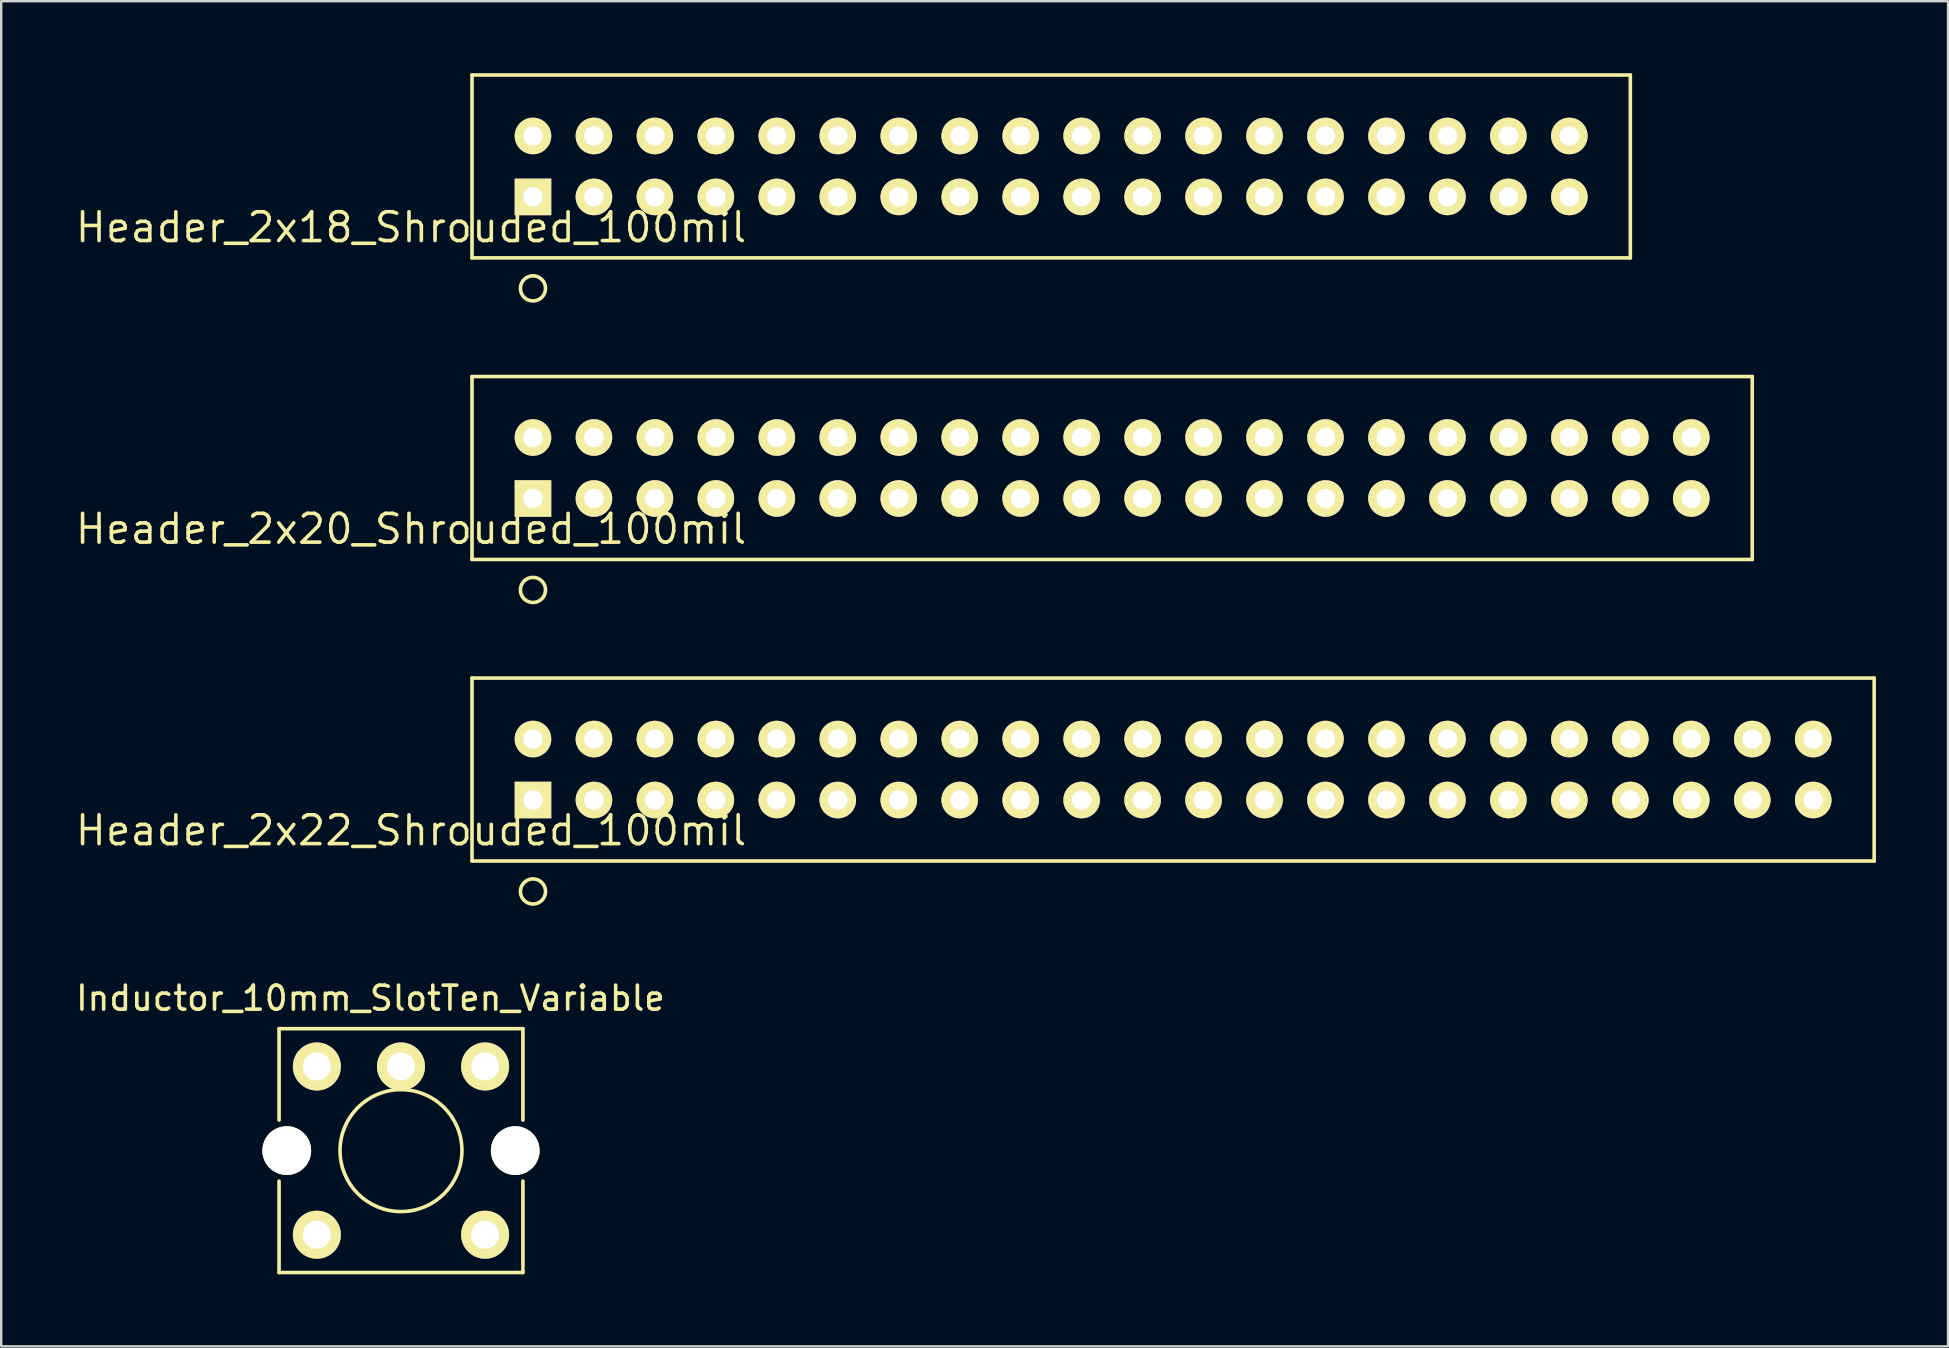
<source format=kicad_pcb>
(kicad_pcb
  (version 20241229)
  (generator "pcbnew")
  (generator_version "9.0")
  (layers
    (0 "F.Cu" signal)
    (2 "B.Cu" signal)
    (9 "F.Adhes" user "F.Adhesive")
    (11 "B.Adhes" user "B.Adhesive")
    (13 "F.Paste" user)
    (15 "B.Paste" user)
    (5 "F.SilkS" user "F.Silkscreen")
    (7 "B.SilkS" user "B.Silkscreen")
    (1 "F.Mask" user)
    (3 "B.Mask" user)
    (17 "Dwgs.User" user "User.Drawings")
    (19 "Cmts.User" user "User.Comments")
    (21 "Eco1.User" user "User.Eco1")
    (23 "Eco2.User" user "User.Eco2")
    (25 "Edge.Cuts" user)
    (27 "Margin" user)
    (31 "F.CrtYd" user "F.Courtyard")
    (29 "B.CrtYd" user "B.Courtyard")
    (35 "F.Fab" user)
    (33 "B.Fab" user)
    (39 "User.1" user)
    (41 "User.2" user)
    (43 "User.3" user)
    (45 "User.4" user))
  (footprint "Inductor_10mm_SlotTen_Variable"
    (layer "F.Cu")
    (at 13.657 44.889)
    (property "Reference" "Inductor_10mm_SlotTen_Variable" (at -1.27 -6.35 0) (layer "F.SilkS") (effects (font (size 1 1) (thickness 0.15))))
    (attr through_hole)
    (fp_line (start -5.08 -5.08) (end 5.08 -5.08) (stroke (width 0.15) (type solid)) (layer "F.SilkS"))
    (fp_line (start -5.08 -1.27) (end -5.08 -5.08) (stroke (width 0.15) (type solid)) (layer "F.SilkS"))
    (fp_line (start -5.08 5.08) (end -5.08 1.27) (stroke (width 0.15) (type solid)) (layer "F.SilkS"))
    (fp_line (start 5.08 -5.08) (end 5.08 -1.27) (stroke (width 0.15) (type solid)) (layer "F.SilkS"))
    (fp_line (start 5.08 1.27) (end 5.08 5.08) (stroke (width 0.15) (type solid)) (layer "F.SilkS"))
    (fp_line (start 5.08 5.08) (end -5.08 5.08) (stroke (width 0.15) (type solid)) (layer "F.SilkS"))
    (fp_circle (center 0 0) (end 2.54 0) (stroke (width 0.15) (type solid)) (fill no) (layer "F.SilkS"))
    (pad "" np_thru_hole circle (at -4.76 0) (size 2.03 2.03) (drill 2.03) (layers "*.Cu" "*.Mask" "F.SilkS"))
    (pad "" np_thru_hole circle (at 4.76 0) (size 2.03 2.03) (drill 2.03) (layers "*.Cu" "*.Mask" "F.SilkS"))
    (pad "1" thru_hole circle (at 3.505 -3.505) (size 2 2) (drill 1.168) (layers "*.Cu" "*.Mask" "F.SilkS"))
    (pad "2" thru_hole circle (at 0 -3.505) (size 2 2) (drill 1.168) (layers "*.Cu" "*.Mask" "F.SilkS"))
    (pad "3" thru_hole circle (at -3.505 -3.505) (size 2 2) (drill 1.168) (layers "*.Cu" "*.Mask" "F.SilkS"))
    (pad "4" thru_hole circle (at -3.505 3.505) (size 2 2) (drill 1.168) (layers "*.Cu" "*.Mask" "F.SilkS"))
    (pad "6" thru_hole circle (at 3.505 3.505) (size 2 2) (drill 1.168) (layers "*.Cu" "*.Mask" "F.SilkS")))
  (footprint "Header_2x20_Shrouded_100mil"
    (layer "F.Cu")
    (at 19.156 17.719)
    (property "Reference" "Header_2x20_Shrouded_100mil" (at -5.08 1.27 180) (layer "F.SilkS") (effects (font (size 1.2 1.2) (thickness 0.15))))
    (attr through_hole)
    (fp_line (start -2.54 -5.08) (end -2.54 2.54) (stroke (width 0.15) (type solid)) (layer "F.SilkS"))
    (fp_line (start -2.54 2.54) (end 50.8 2.54) (stroke (width 0.15) (type solid)) (layer "F.SilkS"))
    (fp_line (start 50.8 -5.08) (end -2.54 -5.08) (stroke (width 0.15) (type solid)) (layer "F.SilkS"))
    (fp_line (start 50.8 -5.08) (end 50.8 2.54) (stroke (width 0.15) (type solid)) (layer "F.SilkS"))
    (fp_circle (center 0 3.81) (end 0.508 3.937) (stroke (width 0.15) (type solid)) (fill no) (layer "F.SilkS"))
    (pad "1" thru_hole rect (at 0 0) (size 1.524 1.524) (drill 0.813) (layers "*.Cu" "*.Mask" "F.SilkS"))
    (pad "2" thru_hole circle (at 0 -2.54) (size 1.524 1.524) (drill 0.813) (layers "*.Cu" "*.Mask" "F.SilkS"))
    (pad "3" thru_hole circle (at 2.54 0) (size 1.524 1.524) (drill 0.813) (layers "*.Cu" "*.Mask" "F.SilkS"))
    (pad "4" thru_hole circle (at 2.54 -2.54) (size 1.524 1.524) (drill 0.813) (layers "*.Cu" "*.Mask" "F.SilkS"))
    (pad "5" thru_hole circle (at 5.08 0) (size 1.524 1.524) (drill 0.813) (layers "*.Cu" "*.Mask" "F.SilkS"))
    (pad "6" thru_hole circle (at 5.08 -2.54) (size 1.524 1.524) (drill 0.813) (layers "*.Cu" "*.Mask" "F.SilkS"))
    (pad "7" thru_hole circle (at 7.62 0) (size 1.524 1.524) (drill 0.813) (layers "*.Cu" "*.Mask" "F.SilkS"))
    (pad "8" thru_hole circle (at 7.62 -2.54) (size 1.524 1.524) (drill 0.813) (layers "*.Cu" "*.Mask" "F.SilkS"))
    (pad "9" thru_hole circle (at 10.16 0) (size 1.524 1.524) (drill 0.813) (layers "*.Cu" "*.Mask" "F.SilkS"))
    (pad "10" thru_hole circle (at 10.16 -2.54) (size 1.524 1.524) (drill 0.813) (layers "*.Cu" "*.Mask" "F.SilkS"))
    (pad "11" thru_hole circle (at 12.7 0) (size 1.524 1.524) (drill 0.813) (layers "*.Cu" "*.Mask" "F.SilkS"))
    (pad "12" thru_hole circle (at 12.7 -2.54) (size 1.524 1.524) (drill 0.813) (layers "*.Cu" "*.Mask" "F.SilkS"))
    (pad "13" thru_hole circle (at 15.24 0) (size 1.524 1.524) (drill 0.813) (layers "*.Cu" "*.Mask" "F.SilkS"))
    (pad "14" thru_hole circle (at 15.24 -2.54) (size 1.524 1.524) (drill 0.813) (layers "*.Cu" "*.Mask" "F.SilkS"))
    (pad "15" thru_hole circle (at 17.78 0) (size 1.524 1.524) (drill 0.813) (layers "*.Cu" "*.Mask" "F.SilkS"))
    (pad "16" thru_hole circle (at 17.78 -2.54) (size 1.524 1.524) (drill 0.813) (layers "*.Cu" "*.Mask" "F.SilkS"))
    (pad "17" thru_hole circle (at 20.32 0) (size 1.524 1.524) (drill 0.813) (layers "*.Cu" "*.Mask" "F.SilkS"))
    (pad "18" thru_hole circle (at 20.32 -2.54) (size 1.524 1.524) (drill 0.813) (layers "*.Cu" "*.Mask" "F.SilkS"))
    (pad "19" thru_hole circle (at 22.86 0) (size 1.524 1.524) (drill 0.813) (layers "*.Cu" "*.Mask" "F.SilkS"))
    (pad "20" thru_hole circle (at 22.86 -2.54) (size 1.524 1.524) (drill 0.813) (layers "*.Cu" "*.Mask" "F.SilkS"))
    (pad "21" thru_hole circle (at 25.4 0) (size 1.524 1.524) (drill 0.813) (layers "*.Cu" "*.Mask" "F.SilkS"))
    (pad "22" thru_hole circle (at 25.4 -2.54) (size 1.524 1.524) (drill 0.813) (layers "*.Cu" "*.Mask" "F.SilkS"))
    (pad "23" thru_hole circle (at 27.94 0) (size 1.524 1.524) (drill 0.813) (layers "*.Cu" "*.Mask" "F.SilkS"))
    (pad "24" thru_hole circle (at 27.94 -2.54) (size 1.524 1.524) (drill 0.813) (layers "*.Cu" "*.Mask" "F.SilkS"))
    (pad "25" thru_hole circle (at 30.48 0) (size 1.524 1.524) (drill 0.813) (layers "*.Cu" "*.Mask" "F.SilkS"))
    (pad "26" thru_hole circle (at 30.48 -2.54) (size 1.524 1.524) (drill 0.813) (layers "*.Cu" "*.Mask" "F.SilkS"))
    (pad "27" thru_hole circle (at 33.02 0) (size 1.524 1.524) (drill 0.813) (layers "*.Cu" "*.Mask" "F.SilkS"))
    (pad "28" thru_hole circle (at 33.02 -2.54) (size 1.524 1.524) (drill 0.813) (layers "*.Cu" "*.Mask" "F.SilkS"))
    (pad "29" thru_hole circle (at 35.56 0) (size 1.524 1.524) (drill 0.813) (layers "*.Cu" "*.Mask" "F.SilkS"))
    (pad "30" thru_hole circle (at 35.56 -2.54) (size 1.524 1.524) (drill 0.813) (layers "*.Cu" "*.Mask" "F.SilkS"))
    (pad "31" thru_hole circle (at 38.1 0) (size 1.524 1.524) (drill 0.813) (layers "*.Cu" "*.Mask" "F.SilkS"))
    (pad "32" thru_hole circle (at 38.1 -2.54) (size 1.524 1.524) (drill 0.813) (layers "*.Cu" "*.Mask" "F.SilkS"))
    (pad "33" thru_hole circle (at 40.64 0) (size 1.524 1.524) (drill 0.813) (layers "*.Cu" "*.Mask" "F.SilkS"))
    (pad "34" thru_hole circle (at 40.64 -2.54) (size 1.524 1.524) (drill 0.813) (layers "*.Cu" "*.Mask" "F.SilkS"))
    (pad "35" thru_hole circle (at 43.18 0) (size 1.524 1.524) (drill 0.813) (layers "*.Cu" "*.Mask" "F.SilkS"))
    (pad "36" thru_hole circle (at 43.18 -2.54) (size 1.524 1.524) (drill 0.813) (layers "*.Cu" "*.Mask" "F.SilkS"))
    (pad "37" thru_hole circle (at 45.72 0) (size 1.524 1.524) (drill 0.813) (layers "*.Cu" "*.Mask" "F.SilkS"))
    (pad "38" thru_hole circle (at 45.72 -2.54) (size 1.524 1.524) (drill 0.813) (layers "*.Cu" "*.Mask" "F.SilkS"))
    (pad "39" thru_hole circle (at 48.26 0) (size 1.524 1.524) (drill 0.813) (layers "*.Cu" "*.Mask" "F.SilkS"))
    (pad "40" thru_hole circle (at 48.26 -2.54) (size 1.524 1.524) (drill 0.813) (layers "*.Cu" "*.Mask" "F.SilkS")))
  (footprint "Header_2x18_Shrouded_100mil"
    (layer "F.Cu")
    (at 19.156 5.155)
    (property "Reference" "Header_2x18_Shrouded_100mil" (at -5.08 1.27 180) (layer "F.SilkS") (effects (font (size 1.2 1.2) (thickness 0.15))))
    (attr through_hole)
    (fp_line (start -2.54 -5.08) (end -2.54 2.54) (stroke (width 0.15) (type solid)) (layer "F.SilkS"))
    (fp_line (start -2.54 2.54) (end 45.72 2.54) (stroke (width 0.15) (type solid)) (layer "F.SilkS"))
    (fp_line (start 45.72 -5.08) (end -2.54 -5.08) (stroke (width 0.15) (type solid)) (layer "F.SilkS"))
    (fp_line (start 45.72 -5.08) (end 45.72 2.54) (stroke (width 0.15) (type solid)) (layer "F.SilkS"))
    (fp_circle (center 0 3.81) (end 0.508 3.937) (stroke (width 0.15) (type solid)) (fill no) (layer "F.SilkS"))
    (pad "1" thru_hole rect (at 0 0) (size 1.524 1.524) (drill 0.813) (layers "*.Cu" "*.Mask" "F.SilkS"))
    (pad "2" thru_hole circle (at 0 -2.54) (size 1.524 1.524) (drill 0.813) (layers "*.Cu" "*.Mask" "F.SilkS"))
    (pad "3" thru_hole circle (at 2.54 0) (size 1.524 1.524) (drill 0.813) (layers "*.Cu" "*.Mask" "F.SilkS"))
    (pad "4" thru_hole circle (at 2.54 -2.54) (size 1.524 1.524) (drill 0.813) (layers "*.Cu" "*.Mask" "F.SilkS"))
    (pad "5" thru_hole circle (at 5.08 0) (size 1.524 1.524) (drill 0.813) (layers "*.Cu" "*.Mask" "F.SilkS"))
    (pad "6" thru_hole circle (at 5.08 -2.54) (size 1.524 1.524) (drill 0.813) (layers "*.Cu" "*.Mask" "F.SilkS"))
    (pad "7" thru_hole circle (at 7.62 0) (size 1.524 1.524) (drill 0.813) (layers "*.Cu" "*.Mask" "F.SilkS"))
    (pad "8" thru_hole circle (at 7.62 -2.54) (size 1.524 1.524) (drill 0.813) (layers "*.Cu" "*.Mask" "F.SilkS"))
    (pad "9" thru_hole circle (at 10.16 0) (size 1.524 1.524) (drill 0.813) (layers "*.Cu" "*.Mask" "F.SilkS"))
    (pad "10" thru_hole circle (at 10.16 -2.54) (size 1.524 1.524) (drill 0.813) (layers "*.Cu" "*.Mask" "F.SilkS"))
    (pad "11" thru_hole circle (at 12.7 0) (size 1.524 1.524) (drill 0.813) (layers "*.Cu" "*.Mask" "F.SilkS"))
    (pad "12" thru_hole circle (at 12.7 -2.54) (size 1.524 1.524) (drill 0.813) (layers "*.Cu" "*.Mask" "F.SilkS"))
    (pad "13" thru_hole circle (at 15.24 0) (size 1.524 1.524) (drill 0.813) (layers "*.Cu" "*.Mask" "F.SilkS"))
    (pad "14" thru_hole circle (at 15.24 -2.54) (size 1.524 1.524) (drill 0.813) (layers "*.Cu" "*.Mask" "F.SilkS"))
    (pad "15" thru_hole circle (at 17.78 0) (size 1.524 1.524) (drill 0.813) (layers "*.Cu" "*.Mask" "F.SilkS"))
    (pad "16" thru_hole circle (at 17.78 -2.54) (size 1.524 1.524) (drill 0.813) (layers "*.Cu" "*.Mask" "F.SilkS"))
    (pad "17" thru_hole circle (at 20.32 0) (size 1.524 1.524) (drill 0.813) (layers "*.Cu" "*.Mask" "F.SilkS"))
    (pad "18" thru_hole circle (at 20.32 -2.54) (size 1.524 1.524) (drill 0.813) (layers "*.Cu" "*.Mask" "F.SilkS"))
    (pad "19" thru_hole circle (at 22.86 0) (size 1.524 1.524) (drill 0.813) (layers "*.Cu" "*.Mask" "F.SilkS"))
    (pad "20" thru_hole circle (at 22.86 -2.54) (size 1.524 1.524) (drill 0.813) (layers "*.Cu" "*.Mask" "F.SilkS"))
    (pad "21" thru_hole circle (at 25.4 0) (size 1.524 1.524) (drill 0.813) (layers "*.Cu" "*.Mask" "F.SilkS"))
    (pad "22" thru_hole circle (at 25.4 -2.54) (size 1.524 1.524) (drill 0.813) (layers "*.Cu" "*.Mask" "F.SilkS"))
    (pad "23" thru_hole circle (at 27.94 0) (size 1.524 1.524) (drill 0.813) (layers "*.Cu" "*.Mask" "F.SilkS"))
    (pad "24" thru_hole circle (at 27.94 -2.54) (size 1.524 1.524) (drill 0.813) (layers "*.Cu" "*.Mask" "F.SilkS"))
    (pad "25" thru_hole circle (at 30.48 0) (size 1.524 1.524) (drill 0.813) (layers "*.Cu" "*.Mask" "F.SilkS"))
    (pad "26" thru_hole circle (at 30.48 -2.54) (size 1.524 1.524) (drill 0.813) (layers "*.Cu" "*.Mask" "F.SilkS"))
    (pad "27" thru_hole circle (at 33.02 0) (size 1.524 1.524) (drill 0.813) (layers "*.Cu" "*.Mask" "F.SilkS"))
    (pad "28" thru_hole circle (at 33.02 -2.54) (size 1.524 1.524) (drill 0.813) (layers "*.Cu" "*.Mask" "F.SilkS"))
    (pad "29" thru_hole circle (at 35.56 0) (size 1.524 1.524) (drill 0.813) (layers "*.Cu" "*.Mask" "F.SilkS"))
    (pad "30" thru_hole circle (at 35.56 -2.54) (size 1.524 1.524) (drill 0.813) (layers "*.Cu" "*.Mask" "F.SilkS"))
    (pad "31" thru_hole circle (at 38.1 0) (size 1.524 1.524) (drill 0.813) (layers "*.Cu" "*.Mask" "F.SilkS"))
    (pad "32" thru_hole circle (at 38.1 -2.54) (size 1.524 1.524) (drill 0.813) (layers "*.Cu" "*.Mask" "F.SilkS"))
    (pad "33" thru_hole circle (at 40.64 0) (size 1.524 1.524) (drill 0.813) (layers "*.Cu" "*.Mask" "F.SilkS"))
    (pad "34" thru_hole circle (at 40.64 -2.54) (size 1.524 1.524) (drill 0.813) (layers "*.Cu" "*.Mask" "F.SilkS"))
    (pad "35" thru_hole circle (at 43.18 0) (size 1.524 1.524) (drill 0.813) (layers "*.Cu" "*.Mask" "F.SilkS"))
    (pad "36" thru_hole circle (at 43.18 -2.54) (size 1.524 1.524) (drill 0.813) (layers "*.Cu" "*.Mask" "F.SilkS")))
  (footprint "Header_2x22_Shrouded_100mil"
    (layer "F.Cu")
    (at 19.156 30.282)
    (property "Reference" "Header_2x22_Shrouded_100mil" (at -5.08 1.27 180) (layer "F.SilkS") (effects (font (size 1.2 1.2) (thickness 0.15))))
    (attr through_hole)
    (fp_line (start -2.54 -5.08) (end -2.54 2.54) (stroke (width 0.15) (type solid)) (layer "F.SilkS"))
    (fp_line (start -2.54 2.54) (end 55.88 2.54) (stroke (width 0.15) (type solid)) (layer "F.SilkS"))
    (fp_line (start 55.88 -5.08) (end -2.54 -5.08) (stroke (width 0.15) (type solid)) (layer "F.SilkS"))
    (fp_line (start 55.88 -5.08) (end 55.88 2.54) (stroke (width 0.15) (type solid)) (layer "F.SilkS"))
    (fp_circle (center 0 3.81) (end 0.508 3.937) (stroke (width 0.15) (type solid)) (fill no) (layer "F.SilkS"))
    (pad "1" thru_hole rect (at 0 0) (size 1.524 1.524) (drill 0.813) (layers "*.Cu" "*.Mask" "F.SilkS"))
    (pad "2" thru_hole circle (at 0 -2.54) (size 1.524 1.524) (drill 0.813) (layers "*.Cu" "*.Mask" "F.SilkS"))
    (pad "3" thru_hole circle (at 2.54 0) (size 1.524 1.524) (drill 0.813) (layers "*.Cu" "*.Mask" "F.SilkS"))
    (pad "4" thru_hole circle (at 2.54 -2.54) (size 1.524 1.524) (drill 0.813) (layers "*.Cu" "*.Mask" "F.SilkS"))
    (pad "5" thru_hole circle (at 5.08 0) (size 1.524 1.524) (drill 0.813) (layers "*.Cu" "*.Mask" "F.SilkS"))
    (pad "6" thru_hole circle (at 5.08 -2.54) (size 1.524 1.524) (drill 0.813) (layers "*.Cu" "*.Mask" "F.SilkS"))
    (pad "7" thru_hole circle (at 7.62 0) (size 1.524 1.524) (drill 0.813) (layers "*.Cu" "*.Mask" "F.SilkS"))
    (pad "8" thru_hole circle (at 7.62 -2.54) (size 1.524 1.524) (drill 0.813) (layers "*.Cu" "*.Mask" "F.SilkS"))
    (pad "9" thru_hole circle (at 10.16 0) (size 1.524 1.524) (drill 0.813) (layers "*.Cu" "*.Mask" "F.SilkS"))
    (pad "10" thru_hole circle (at 10.16 -2.54) (size 1.524 1.524) (drill 0.813) (layers "*.Cu" "*.Mask" "F.SilkS"))
    (pad "11" thru_hole circle (at 12.7 0) (size 1.524 1.524) (drill 0.813) (layers "*.Cu" "*.Mask" "F.SilkS"))
    (pad "12" thru_hole circle (at 12.7 -2.54) (size 1.524 1.524) (drill 0.813) (layers "*.Cu" "*.Mask" "F.SilkS"))
    (pad "13" thru_hole circle (at 15.24 0) (size 1.524 1.524) (drill 0.813) (layers "*.Cu" "*.Mask" "F.SilkS"))
    (pad "14" thru_hole circle (at 15.24 -2.54) (size 1.524 1.524) (drill 0.813) (layers "*.Cu" "*.Mask" "F.SilkS"))
    (pad "15" thru_hole circle (at 17.78 0) (size 1.524 1.524) (drill 0.813) (layers "*.Cu" "*.Mask" "F.SilkS"))
    (pad "16" thru_hole circle (at 17.78 -2.54) (size 1.524 1.524) (drill 0.813) (layers "*.Cu" "*.Mask" "F.SilkS"))
    (pad "17" thru_hole circle (at 20.32 0) (size 1.524 1.524) (drill 0.813) (layers "*.Cu" "*.Mask" "F.SilkS"))
    (pad "18" thru_hole circle (at 20.32 -2.54) (size 1.524 1.524) (drill 0.813) (layers "*.Cu" "*.Mask" "F.SilkS"))
    (pad "19" thru_hole circle (at 22.86 0) (size 1.524 1.524) (drill 0.813) (layers "*.Cu" "*.Mask" "F.SilkS"))
    (pad "20" thru_hole circle (at 22.86 -2.54) (size 1.524 1.524) (drill 0.813) (layers "*.Cu" "*.Mask" "F.SilkS"))
    (pad "21" thru_hole circle (at 25.4 0) (size 1.524 1.524) (drill 0.813) (layers "*.Cu" "*.Mask" "F.SilkS"))
    (pad "22" thru_hole circle (at 25.4 -2.54) (size 1.524 1.524) (drill 0.813) (layers "*.Cu" "*.Mask" "F.SilkS"))
    (pad "23" thru_hole circle (at 27.94 0) (size 1.524 1.524) (drill 0.813) (layers "*.Cu" "*.Mask" "F.SilkS"))
    (pad "24" thru_hole circle (at 27.94 -2.54) (size 1.524 1.524) (drill 0.813) (layers "*.Cu" "*.Mask" "F.SilkS"))
    (pad "25" thru_hole circle (at 30.48 0) (size 1.524 1.524) (drill 0.813) (layers "*.Cu" "*.Mask" "F.SilkS"))
    (pad "26" thru_hole circle (at 30.48 -2.54) (size 1.524 1.524) (drill 0.813) (layers "*.Cu" "*.Mask" "F.SilkS"))
    (pad "27" thru_hole circle (at 33.02 0) (size 1.524 1.524) (drill 0.813) (layers "*.Cu" "*.Mask" "F.SilkS"))
    (pad "28" thru_hole circle (at 33.02 -2.54) (size 1.524 1.524) (drill 0.813) (layers "*.Cu" "*.Mask" "F.SilkS"))
    (pad "29" thru_hole circle (at 35.56 0) (size 1.524 1.524) (drill 0.813) (layers "*.Cu" "*.Mask" "F.SilkS"))
    (pad "30" thru_hole circle (at 35.56 -2.54) (size 1.524 1.524) (drill 0.813) (layers "*.Cu" "*.Mask" "F.SilkS"))
    (pad "31" thru_hole circle (at 38.1 0) (size 1.524 1.524) (drill 0.813) (layers "*.Cu" "*.Mask" "F.SilkS"))
    (pad "32" thru_hole circle (at 38.1 -2.54) (size 1.524 1.524) (drill 0.813) (layers "*.Cu" "*.Mask" "F.SilkS"))
    (pad "33" thru_hole circle (at 40.64 0) (size 1.524 1.524) (drill 0.813) (layers "*.Cu" "*.Mask" "F.SilkS"))
    (pad "34" thru_hole circle (at 40.64 -2.54) (size 1.524 1.524) (drill 0.813) (layers "*.Cu" "*.Mask" "F.SilkS"))
    (pad "35" thru_hole circle (at 43.18 0) (size 1.524 1.524) (drill 0.813) (layers "*.Cu" "*.Mask" "F.SilkS"))
    (pad "36" thru_hole circle (at 43.18 -2.54) (size 1.524 1.524) (drill 0.813) (layers "*.Cu" "*.Mask" "F.SilkS"))
    (pad "37" thru_hole circle (at 45.72 0) (size 1.524 1.524) (drill 0.813) (layers "*.Cu" "*.Mask" "F.SilkS"))
    (pad "38" thru_hole circle (at 45.72 -2.54) (size 1.524 1.524) (drill 0.813) (layers "*.Cu" "*.Mask" "F.SilkS"))
    (pad "39" thru_hole circle (at 48.26 0) (size 1.524 1.524) (drill 0.813) (layers "*.Cu" "*.Mask" "F.SilkS"))
    (pad "40" thru_hole circle (at 48.26 -2.54) (size 1.524 1.524) (drill 0.813) (layers "*.Cu" "*.Mask" "F.SilkS"))
    (pad "41" thru_hole circle (at 50.8 0) (size 1.524 1.524) (drill 0.813) (layers "*.Cu" "*.Mask" "F.SilkS"))
    (pad "42" thru_hole circle (at 50.8 -2.54) (size 1.524 1.524) (drill 0.813) (layers "*.Cu" "*.Mask" "F.SilkS"))
    (pad "43" thru_hole circle (at 53.34 0) (size 1.524 1.524) (drill 0.813) (layers "*.Cu" "*.Mask" "F.SilkS"))
    (pad "44" thru_hole circle (at 53.34 -2.54) (size 1.524 1.524) (drill 0.813) (layers "*.Cu" "*.Mask" "F.SilkS")))
  (gr_rect
    (start -3 -3)
    (end 78.111 53.044)
    (stroke (width 0.1) (type default))
    (fill no)
    (layer "Edge.Cuts")))
</source>
